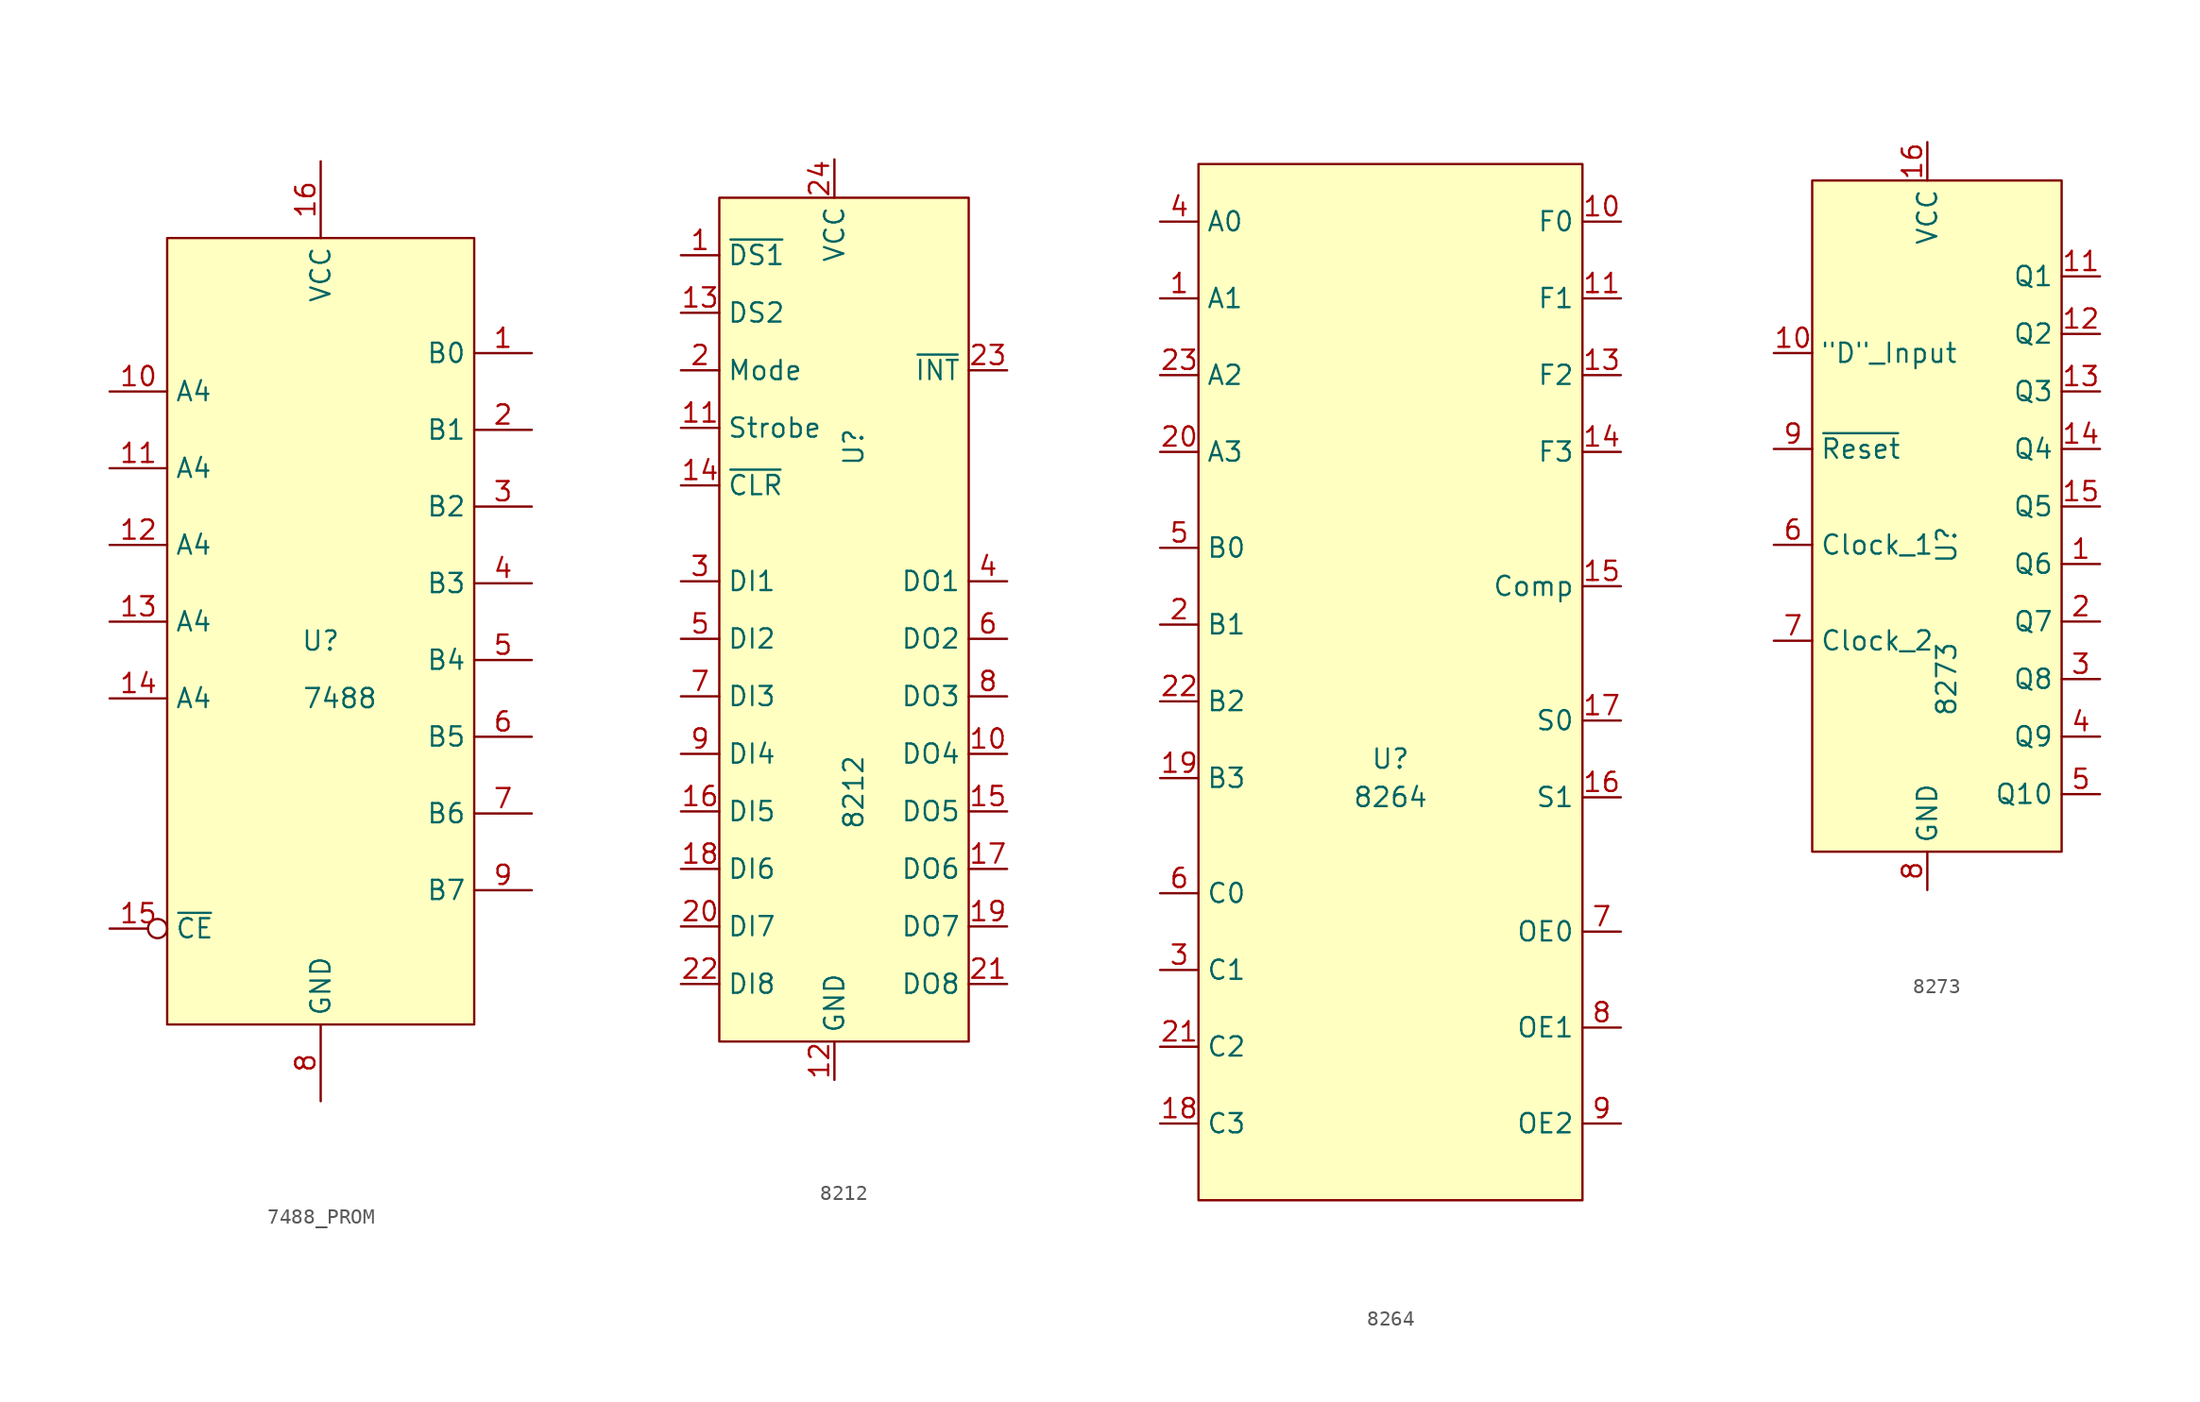
<source format=kicad_sym>
(kicad_symbol_lib
  (version 20220914)
  (generator kicad_symbol_editor)
  (symbol "7488_PROM"
    (property "Reference" "U"
      (at 0 -1.27 0)
      (effects (font (size 1.27 1.27))))
    (property "Value" "7488"
      (at 1.27 -5.08 0)
      (effects (font (size 1.27 1.27))))
    (symbol "7488_PROM_0_1"
      (rectangle (start -10.16 25.4) (end 10.16 -26.67) (stroke (width 0) (type default)) (fill (type background))))
    (symbol "7488_PROM_1_0"
      (pin power_in line (at 0 30.48 270) (length 5.08) (name "VCC" (effects (font (size 1.27 1.27)))) (number "16" (effects (font (size 1.27 1.27)))))
      (pin power_in line (at 0 -31.75 90) (length 5.08) (name "GND" (effects (font (size 1.27 1.27)))) (number "8" (effects (font (size 1.27 1.27))))))
    (symbol "7488_PROM_1_1"
      (pin output line (at 13.97 17.78 180) (length 3.81) (name "B0" (effects (font (size 1.27 1.27)))) (number "1" (effects (font (size 1.27 1.27)))))
      (pin input line (at -13.97 15.24 0) (length 3.81) (name "A4" (effects (font (size 1.27 1.27)))) (number "10" (effects (font (size 1.27 1.27)))))
      (pin input line (at -13.97 10.16 0) (length 3.81) (name "A4" (effects (font (size 1.27 1.27)))) (number "11" (effects (font (size 1.27 1.27)))))
      (pin input line (at -13.97 5.08 0) (length 3.81) (name "A4" (effects (font (size 1.27 1.27)))) (number "12" (effects (font (size 1.27 1.27)))))
      (pin input line (at -13.97 0 0) (length 3.81) (name "A4" (effects (font (size 1.27 1.27)))) (number "13" (effects (font (size 1.27 1.27)))))
      (pin input line (at -13.97 -5.08 0) (length 3.81) (name "A4" (effects (font (size 1.27 1.27)))) (number "14" (effects (font (size 1.27 1.27)))))
      (pin input inverted (at -13.97 -20.32 0) (length 3.81) (name "~{CE}" (effects (font (size 1.27 1.27)))) (number "15" (effects (font (size 1.27 1.27)))))
      (pin output line (at 13.97 12.7 180) (length 3.81) (name "B1" (effects (font (size 1.27 1.27)))) (number "2" (effects (font (size 1.27 1.27)))))
      (pin output line (at 13.97 7.62 180) (length 3.81) (name "B2" (effects (font (size 1.27 1.27)))) (number "3" (effects (font (size 1.27 1.27)))))
      (pin output line (at 13.97 2.54 180) (length 3.81) (name "B3" (effects (font (size 1.27 1.27)))) (number "4" (effects (font (size 1.27 1.27)))))
      (pin output line (at 13.97 -2.54 180) (length 3.81) (name "B4" (effects (font (size 1.27 1.27)))) (number "5" (effects (font (size 1.27 1.27)))))
      (pin output line (at 13.97 -7.62 180) (length 3.81) (name "B5" (effects (font (size 1.27 1.27)))) (number "6" (effects (font (size 1.27 1.27)))))
      (pin output line (at 13.97 -12.7 180) (length 3.81) (name "B6" (effects (font (size 1.27 1.27)))) (number "7" (effects (font (size 1.27 1.27)))))
      (pin output line (at 13.97 -17.78 180) (length 3.81) (name "B7" (effects (font (size 1.27 1.27)))) (number "9" (effects (font (size 1.27 1.27)))))))
  (symbol "8212"
    (property "Reference" "U"
      (at 1.27 8.89 90)
      (effects (font (size 1.27 1.27))))
    (property "Value" "8212"
      (at 1.27 -13.97 90)
      (effects (font (size 1.27 1.27))))
    (symbol "8212_0_1"
      (rectangle (start -7.62 25.4) (end 8.89 -30.48) (stroke (width 0.152) (type default)) (fill (type color) (color 255 255 194 1))))
    (symbol "8212_1_1"
      (pin input line (at -10.16 21.59 0) (length 2.54) (name "~{DS1}" (effects (font (size 1.27 1.27)))) (number "1" (effects (font (size 1.27 1.27)))))
      (pin output line (at 11.43 -11.43 180) (length 2.54) (name "DO4" (effects (font (size 1.27 1.27)))) (number "10" (effects (font (size 1.27 1.27)))))
      (pin input line (at -10.16 10.16 0) (length 2.54) (name "Strobe" (effects (font (size 1.27 1.27)))) (number "11" (effects (font (size 1.27 1.27)))))
      (pin input line (at 0 -33.02 90) (length 2.54) (name "GND" (effects (font (size 1.27 1.27)))) (number "12" (effects (font (size 1.27 1.27)))))
      (pin input line (at -10.16 17.78 0) (length 2.54) (name "DS2" (effects (font (size 1.27 1.27)))) (number "13" (effects (font (size 1.27 1.27)))))
      (pin input line (at -10.16 6.35 0) (length 2.54) (name "~{CLR}" (effects (font (size 1.27 1.27)))) (number "14" (effects (font (size 1.27 1.27)))))
      (pin output line (at 11.43 -15.24 180) (length 2.54) (name "DO5" (effects (font (size 1.27 1.27)))) (number "15" (effects (font (size 1.27 1.27)))))
      (pin input line (at -10.16 -15.24 0) (length 2.54) (name "DI5" (effects (font (size 1.27 1.27)))) (number "16" (effects (font (size 1.27 1.27)))))
      (pin output line (at 11.43 -19.05 180) (length 2.54) (name "DO6" (effects (font (size 1.27 1.27)))) (number "17" (effects (font (size 1.27 1.27)))))
      (pin input line (at -10.16 -19.05 0) (length 2.54) (name "DI6" (effects (font (size 1.27 1.27)))) (number "18" (effects (font (size 1.27 1.27)))))
      (pin output line (at 11.43 -22.86 180) (length 2.54) (name "DO7" (effects (font (size 1.27 1.27)))) (number "19" (effects (font (size 1.27 1.27)))))
      (pin input line (at -10.16 13.97 0) (length 2.54) (name "Mode" (effects (font (size 1.27 1.27)))) (number "2" (effects (font (size 1.27 1.27)))))
      (pin input line (at -10.16 -22.86 0) (length 2.54) (name "DI7" (effects (font (size 1.27 1.27)))) (number "20" (effects (font (size 1.27 1.27)))))
      (pin output line (at 11.43 -26.67 180) (length 2.54) (name "DO8" (effects (font (size 1.27 1.27)))) (number "21" (effects (font (size 1.27 1.27)))))
      (pin input line (at -10.16 -26.67 0) (length 2.54) (name "DI8" (effects (font (size 1.27 1.27)))) (number "22" (effects (font (size 1.27 1.27)))))
      (pin output line (at 11.43 13.97 180) (length 2.54) (name "~{INT}" (effects (font (size 1.27 1.27)))) (number "23" (effects (font (size 1.27 1.27)))))
      (pin input line (at 0 27.94 270) (length 2.54) (name "VCC" (effects (font (size 1.27 1.27)))) (number "24" (effects (font (size 1.27 1.27)))))
      (pin input line (at -10.16 0 0) (length 2.54) (name "DI1" (effects (font (size 1.27 1.27)))) (number "3" (effects (font (size 1.27 1.27)))))
      (pin output line (at 11.43 0 180) (length 2.54) (name "DO1" (effects (font (size 1.27 1.27)))) (number "4" (effects (font (size 1.27 1.27)))))
      (pin input line (at -10.16 -3.81 0) (length 2.54) (name "DI2" (effects (font (size 1.27 1.27)))) (number "5" (effects (font (size 1.27 1.27)))))
      (pin output line (at 11.43 -3.81 180) (length 2.54) (name "DO2" (effects (font (size 1.27 1.27)))) (number "6" (effects (font (size 1.27 1.27)))))
      (pin input line (at -10.16 -7.62 0) (length 2.54) (name "DI3" (effects (font (size 1.27 1.27)))) (number "7" (effects (font (size 1.27 1.27)))))
      (pin output line (at 11.43 -7.62 180) (length 2.54) (name "DO3" (effects (font (size 1.27 1.27)))) (number "8" (effects (font (size 1.27 1.27)))))
      (pin input line (at -10.16 -11.43 0) (length 2.54) (name "DI4" (effects (font (size 1.27 1.27)))) (number "9" (effects (font (size 1.27 1.27)))))))
  (symbol "8264"
    (property "Reference" "U"
      (at 0 -6.35 0)
      (effects (font (size 1.27 1.27))))
    (property "Value" "8264"
      (at 0 -8.89 0)
      (effects (font (size 1.27 1.27))))
    (symbol "8264_0_1"
      (rectangle (start -12.7 33.02) (end 12.7 -35.56) (stroke (width 0) (type default)) (fill (type background))))
    (symbol "8264_1_1"
      (pin input line (at -15.24 24.13 0) (length 2.54) (name "A1" (effects (font (size 1.27 1.27)))) (number "1" (effects (font (size 1.27 1.27)))))
      (pin output line (at 15.24 29.21 180) (length 2.54) (name "F0" (effects (font (size 1.27 1.27)))) (number "10" (effects (font (size 1.27 1.27)))))
      (pin output line (at 15.24 24.13 180) (length 2.54) (name "F1" (effects (font (size 1.27 1.27)))) (number "11" (effects (font (size 1.27 1.27)))))
      (pin output line (at 15.24 19.05 180) (length 2.54) (name "F2" (effects (font (size 1.27 1.27)))) (number "13" (effects (font (size 1.27 1.27)))))
      (pin output line (at 15.24 13.97 180) (length 2.54) (name "F3" (effects (font (size 1.27 1.27)))) (number "14" (effects (font (size 1.27 1.27)))))
      (pin unspecified line (at 15.24 5.08 180) (length 2.54) (name "Comp" (effects (font (size 1.27 1.27)))) (number "15" (effects (font (size 1.27 1.27)))))
      (pin input line (at 15.24 -8.89 180) (length 2.54) (name "S1" (effects (font (size 1.27 1.27)))) (number "16" (effects (font (size 1.27 1.27)))))
      (pin input line (at 15.24 -3.81 180) (length 2.54) (name "S0" (effects (font (size 1.27 1.27)))) (number "17" (effects (font (size 1.27 1.27)))))
      (pin input line (at -15.24 -30.48 0) (length 2.54) (name "C3" (effects (font (size 1.27 1.27)))) (number "18" (effects (font (size 1.27 1.27)))))
      (pin input line (at -15.24 -7.62 0) (length 2.54) (name "B3" (effects (font (size 1.27 1.27)))) (number "19" (effects (font (size 1.27 1.27)))))
      (pin input line (at -15.24 2.54 0) (length 2.54) (name "B1" (effects (font (size 1.27 1.27)))) (number "2" (effects (font (size 1.27 1.27)))))
      (pin input line (at -15.24 13.97 0) (length 2.54) (name "A3" (effects (font (size 1.27 1.27)))) (number "20" (effects (font (size 1.27 1.27)))))
      (pin input line (at -15.24 -25.4 0) (length 2.54) (name "C2" (effects (font (size 1.27 1.27)))) (number "21" (effects (font (size 1.27 1.27)))))
      (pin input line (at -15.24 -2.54 0) (length 2.54) (name "B2" (effects (font (size 1.27 1.27)))) (number "22" (effects (font (size 1.27 1.27)))))
      (pin input line (at -15.24 19.05 0) (length 2.54) (name "A2" (effects (font (size 1.27 1.27)))) (number "23" (effects (font (size 1.27 1.27)))))
      (pin input line (at -15.24 -20.32 0) (length 2.54) (name "C1" (effects (font (size 1.27 1.27)))) (number "3" (effects (font (size 1.27 1.27)))))
      (pin input line (at -15.24 29.21 0) (length 2.54) (name "A0" (effects (font (size 1.27 1.27)))) (number "4" (effects (font (size 1.27 1.27)))))
      (pin input line (at -15.24 7.62 0) (length 2.54) (name "B0" (effects (font (size 1.27 1.27)))) (number "5" (effects (font (size 1.27 1.27)))))
      (pin input line (at -15.24 -15.24 0) (length 2.54) (name "C0" (effects (font (size 1.27 1.27)))) (number "6" (effects (font (size 1.27 1.27)))))
      (pin input line (at 15.24 -17.78 180) (length 2.54) (name "OE0" (effects (font (size 1.27 1.27)))) (number "7" (effects (font (size 1.27 1.27)))))
      (pin input line (at 15.24 -24.13 180) (length 2.54) (name "OE1" (effects (font (size 1.27 1.27)))) (number "8" (effects (font (size 1.27 1.27)))))
      (pin input line (at 15.24 -30.48 180) (length 2.54) (name "OE2" (effects (font (size 1.27 1.27)))) (number "9" (effects (font (size 1.27 1.27)))))))
  (symbol "8273"
    (property "Reference" "U"
      (at 1.27 1.27 90)
      (effects (font (size 1.27 1.27))))
    (property "Value" "8273"
      (at 1.27 -7.62 90)
      (effects (font (size 1.27 1.27))))
    (symbol "8273_0_1"
      (rectangle (start -7.62 25.4) (end 8.89 -19.05) (stroke (width 0.152) (type default)) (fill (type color) (color 255 255 194 1))))
    (symbol "8273_1_1"
      (pin output line (at 11.43 0 180) (length 2.54) (name "Q6" (effects (font (size 1.27 1.27)))) (number "1" (effects (font (size 1.27 1.27)))))
      (pin input line (at -10.16 13.97 0) (length 2.54) (name "\"D\"_Input" (effects (font (size 1.27 1.27)))) (number "10" (effects (font (size 1.27 1.27)))))
      (pin output line (at 11.43 19.05 180) (length 2.54) (name "Q1" (effects (font (size 1.27 1.27)))) (number "11" (effects (font (size 1.27 1.27)))))
      (pin output line (at 11.43 15.24 180) (length 2.54) (name "Q2" (effects (font (size 1.27 1.27)))) (number "12" (effects (font (size 1.27 1.27)))))
      (pin output line (at 11.43 11.43 180) (length 2.54) (name "Q3" (effects (font (size 1.27 1.27)))) (number "13" (effects (font (size 1.27 1.27)))))
      (pin output line (at 11.43 7.62 180) (length 2.54) (name "Q4" (effects (font (size 1.27 1.27)))) (number "14" (effects (font (size 1.27 1.27)))))
      (pin output line (at 11.43 3.81 180) (length 2.54) (name "Q5" (effects (font (size 1.27 1.27)))) (number "15" (effects (font (size 1.27 1.27)))))
      (pin power_in line (at 0 27.94 270) (length 2.54) (name "VCC" (effects (font (size 1.27 1.27)))) (number "16" (effects (font (size 1.27 1.27)))))
      (pin output line (at 11.43 -3.81 180) (length 2.54) (name "Q7" (effects (font (size 1.27 1.27)))) (number "2" (effects (font (size 1.27 1.27)))))
      (pin output line (at 11.43 -7.62 180) (length 2.54) (name "Q8" (effects (font (size 1.27 1.27)))) (number "3" (effects (font (size 1.27 1.27)))))
      (pin output line (at 11.43 -11.43 180) (length 2.54) (name "Q9" (effects (font (size 1.27 1.27)))) (number "4" (effects (font (size 1.27 1.27)))))
      (pin output line (at 11.43 -15.24 180) (length 2.54) (name "Q10" (effects (font (size 1.27 1.27)))) (number "5" (effects (font (size 1.27 1.27)))))
      (pin input line (at -10.16 1.27 0) (length 2.54) (name "Clock_1" (effects (font (size 1.27 1.27)))) (number "6" (effects (font (size 1.27 1.27)))))
      (pin input line (at -10.16 -5.08 0) (length 2.54) (name "Clock_2" (effects (font (size 1.27 1.27)))) (number "7" (effects (font (size 1.27 1.27)))))
      (pin power_in line (at 0 -21.59 90) (length 2.54) (name "GND" (effects (font (size 1.27 1.27)))) (number "8" (effects (font (size 1.27 1.27)))))
      (pin input line (at -10.16 7.62 0) (length 2.54) (name "~{Reset}" (effects (font (size 1.27 1.27)))) (number "9" (effects (font (size 1.27 1.27))))))))
</source>
